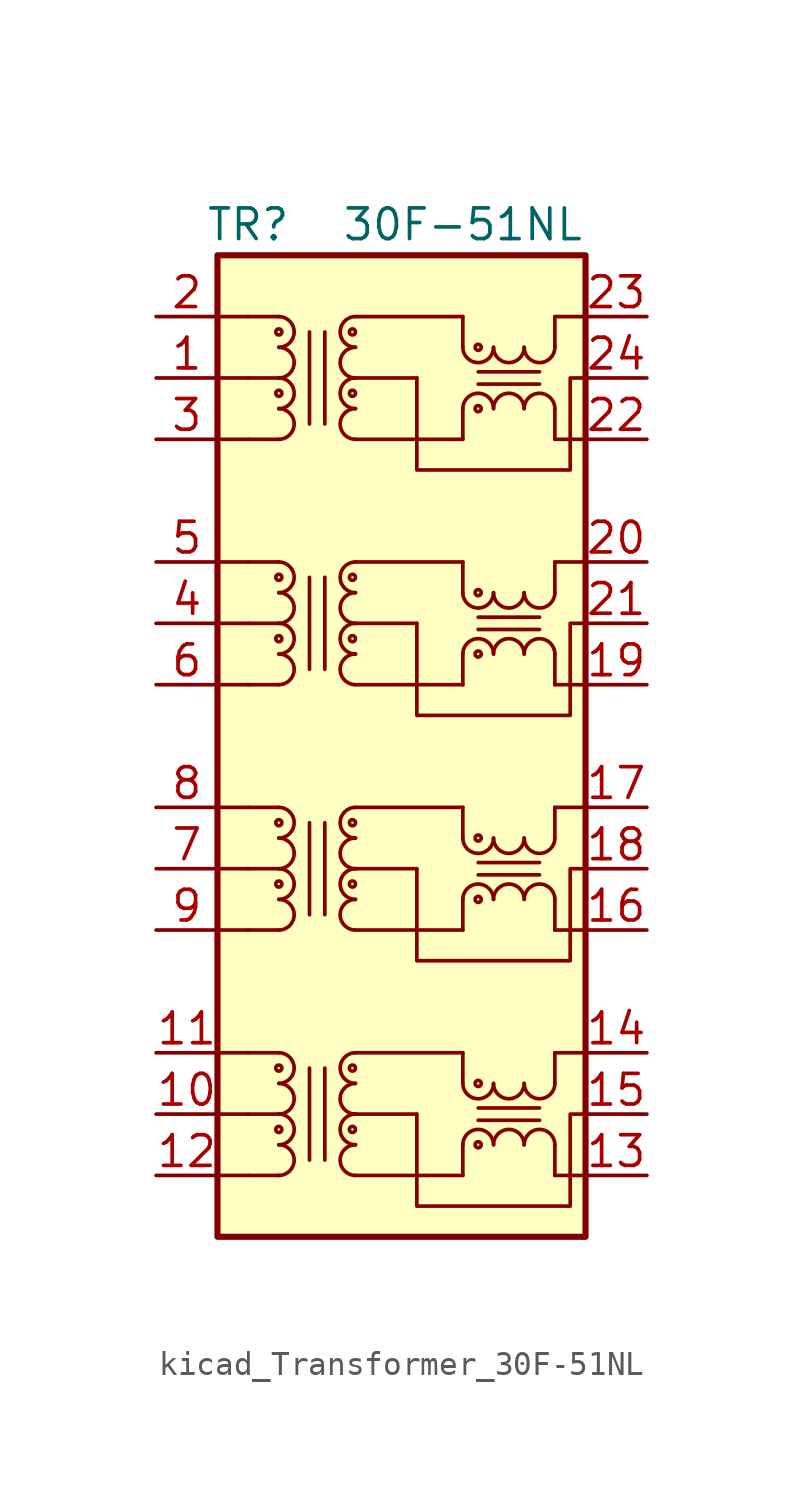
<source format=kicad_sym>
(kicad_symbol_lib
  (version 20220914)
  (generator kicad_symbol_editor)
  (symbol "kicad_Transformer_30F-51NL"
    (pin_names
      (offset 1.016) hide)
    (property "Reference" "TR"
      (at -6.35 21.59 0)
      (effects (font (size 1.27 1.27))))
    (property "Value" "30F-51NL"
      (at 2.54 21.59 0)
      (effects (font (size 1.27 1.27))))
    (symbol "kicad_Transformer_30F-51NL_0_1"
      (rectangle (start -7.62 20.32) (end 7.62 -20.32) (stroke (width 0.254) (type default)) (fill (type background)))
      (polyline (pts (xy 2.54 -16.51) (xy 2.54 -17.78)) (stroke (width 0) (type default)) (fill (type none)))
      (polyline (pts (xy 2.54 -12.7) (xy 2.54 -13.97)) (stroke (width 0) (type default)) (fill (type none)))
      (polyline (pts (xy 2.54 -6.35) (xy 2.54 -7.62)) (stroke (width 0) (type default)) (fill (type none)))
      (polyline (pts (xy 2.54 -2.54) (xy 2.54 -3.81)) (stroke (width 0) (type default)) (fill (type none)))
      (polyline (pts (xy 2.54 3.81) (xy 2.54 2.54)) (stroke (width 0) (type default)) (fill (type none)))
      (polyline (pts (xy 2.54 7.62) (xy 2.54 6.35)) (stroke (width 0) (type default)) (fill (type none)))
      (polyline (pts (xy 2.54 13.97) (xy 2.54 12.7)) (stroke (width 0) (type default)) (fill (type none)))
      (polyline (pts (xy 2.54 17.78) (xy 2.54 16.51)) (stroke (width 0) (type default)) (fill (type none)))
      (polyline (pts (xy 6.35 -17.78) (xy 6.35 -16.51)) (stroke (width 0) (type default)) (fill (type none)))
      (polyline (pts (xy 6.35 -13.97) (xy 6.35 -12.7)) (stroke (width 0) (type default)) (fill (type none)))
      (polyline (pts (xy 6.35 -7.62) (xy 6.35 -6.35)) (stroke (width 0) (type default)) (fill (type none)))
      (polyline (pts (xy 6.35 -3.81) (xy 6.35 -2.54)) (stroke (width 0) (type default)) (fill (type none)))
      (polyline (pts (xy 6.35 2.54) (xy 6.35 3.81)) (stroke (width 0) (type default)) (fill (type none)))
      (polyline (pts (xy 6.35 6.35) (xy 6.35 7.62)) (stroke (width 0) (type default)) (fill (type none)))
      (polyline (pts (xy 6.35 12.7) (xy 6.35 13.97)) (stroke (width 0) (type default)) (fill (type none)))
      (polyline (pts (xy 6.35 16.51) (xy 6.35 17.78)) (stroke (width 0) (type default)) (fill (type none)))
      (polyline (pts (xy 7.62 15.24) (xy 7.62 15.24)) (stroke (width 0) (type default)) (fill (type none)))
      (polyline (pts (xy 0.635 -15.24) (xy 0.635 -19.05) (xy 6.985 -19.05) (xy 6.985 -15.24) (xy 7.62 -15.24)) (stroke (width 0) (type default)) (fill (type none)))
      (polyline (pts (xy 0.635 -5.08) (xy 0.635 -8.89) (xy 6.985 -8.89) (xy 6.985 -5.08) (xy 7.62 -5.08)) (stroke (width 0) (type default)) (fill (type none)))
      (polyline (pts (xy 0.635 5.08) (xy 0.635 1.27) (xy 6.985 1.27) (xy 6.985 5.08) (xy 7.62 5.08)) (stroke (width 0) (type default)) (fill (type none)))
      (polyline (pts (xy 0.635 15.24) (xy 0.635 11.43) (xy 6.985 11.43) (xy 6.985 15.24) (xy 7.62 15.24)) (stroke (width 0) (type default)) (fill (type none)))
      (pin passive line (at -10.16 15.24 0) (length 2.54) (name "CT" (effects (font (size 1.27 1.27)))) (number "1" (effects (font (size 1.27 1.27)))))
      (pin passive line (at -10.16 -15.24 0) (length 2.54) (name "CT" (effects (font (size 1.27 1.27)))) (number "10" (effects (font (size 1.27 1.27)))))
      (pin passive line (at -10.16 -12.7 0) (length 2.54) (name "TD4+" (effects (font (size 1.27 1.27)))) (number "11" (effects (font (size 1.27 1.27)))))
      (pin passive line (at -10.16 -17.78 0) (length 2.54) (name "TD4-" (effects (font (size 1.27 1.27)))) (number "12" (effects (font (size 1.27 1.27)))))
      (pin passive line (at 10.16 -17.78 180) (length 2.54) (name "MX4-" (effects (font (size 1.27 1.27)))) (number "13" (effects (font (size 1.27 1.27)))))
      (pin passive line (at 10.16 -12.7 180) (length 2.54) (name "MX4+" (effects (font (size 1.27 1.27)))) (number "14" (effects (font (size 1.27 1.27)))))
      (pin passive line (at 10.16 -15.24 180) (length 2.54) (name "CT" (effects (font (size 1.27 1.27)))) (number "15" (effects (font (size 1.27 1.27)))))
      (pin passive line (at 10.16 -7.62 180) (length 2.54) (name "MX3-" (effects (font (size 1.27 1.27)))) (number "16" (effects (font (size 1.27 1.27)))))
      (pin passive line (at 10.16 -2.54 180) (length 2.54) (name "MX3+" (effects (font (size 1.27 1.27)))) (number "17" (effects (font (size 1.27 1.27)))))
      (pin passive line (at 10.16 -5.08 180) (length 2.54) (name "CT" (effects (font (size 1.27 1.27)))) (number "18" (effects (font (size 1.27 1.27)))))
      (pin passive line (at 10.16 2.54 180) (length 2.54) (name "MX2-" (effects (font (size 1.27 1.27)))) (number "19" (effects (font (size 1.27 1.27)))))
      (pin passive line (at -10.16 17.78 0) (length 2.54) (name "TD1+" (effects (font (size 1.27 1.27)))) (number "2" (effects (font (size 1.27 1.27)))))
      (pin passive line (at 10.16 7.62 180) (length 2.54) (name "MX2+" (effects (font (size 1.27 1.27)))) (number "20" (effects (font (size 1.27 1.27)))))
      (pin passive line (at 10.16 5.08 180) (length 2.54) (name "CT" (effects (font (size 1.27 1.27)))) (number "21" (effects (font (size 1.27 1.27)))))
      (pin passive line (at 10.16 12.7 180) (length 2.54) (name "MX1-" (effects (font (size 1.27 1.27)))) (number "22" (effects (font (size 1.27 1.27)))))
      (pin passive line (at 10.16 17.78 180) (length 2.54) (name "MX1+" (effects (font (size 1.27 1.27)))) (number "23" (effects (font (size 1.27 1.27)))))
      (pin passive line (at 10.16 15.24 180) (length 2.54) (name "CT" (effects (font (size 1.27 1.27)))) (number "24" (effects (font (size 1.27 1.27)))))
      (pin passive line (at -10.16 12.7 0) (length 2.54) (name "TD1-" (effects (font (size 1.27 1.27)))) (number "3" (effects (font (size 1.27 1.27)))))
      (pin passive line (at -10.16 5.08 0) (length 2.54) (name "CT" (effects (font (size 1.27 1.27)))) (number "4" (effects (font (size 1.27 1.27)))))
      (pin passive line (at -10.16 7.62 0) (length 2.54) (name "TD2+" (effects (font (size 1.27 1.27)))) (number "5" (effects (font (size 1.27 1.27)))))
      (pin passive line (at -10.16 2.54 0) (length 2.54) (name "TD2-" (effects (font (size 1.27 1.27)))) (number "6" (effects (font (size 1.27 1.27)))))
      (pin passive line (at -10.16 -5.08 0) (length 2.54) (name "CT" (effects (font (size 1.27 1.27)))) (number "7" (effects (font (size 1.27 1.27)))))
      (pin passive line (at -10.16 -2.54 0) (length 2.54) (name "TD3+" (effects (font (size 1.27 1.27)))) (number "8" (effects (font (size 1.27 1.27)))))
      (pin passive line (at -10.16 -7.62 0) (length 2.54) (name "TD3-" (effects (font (size 1.27 1.27)))) (number "9" (effects (font (size 1.27 1.27))))))
    (symbol "kicad_Transformer_30F-51NL_1_1"
      (arc (start -5.08 -17.78) (mid -4.4477 -17.145) (end -5.08 -16.51) (stroke (width 0) (type default)) (fill (type none)))
      (arc (start -5.08 -16.51) (mid -4.4477 -15.875) (end -5.08 -15.24) (stroke (width 0) (type default)) (fill (type none)))
      (circle (center -5.08 -15.875) (radius 0.127) (stroke (width 0) (type default)) (fill (type none)))
      (arc (start -5.08 -15.24) (mid -4.4477 -14.605) (end -5.08 -13.97) (stroke (width 0) (type default)) (fill (type none)))
      (arc (start -5.08 -13.97) (mid -4.4477 -13.335) (end -5.08 -12.7) (stroke (width 0) (type default)) (fill (type none)))
      (circle (center -5.08 -13.335) (radius 0.127) (stroke (width 0) (type default)) (fill (type none)))
      (arc (start -5.08 -7.62) (mid -4.4477 -6.985) (end -5.08 -6.35) (stroke (width 0) (type default)) (fill (type none)))
      (arc (start -5.08 -6.35) (mid -4.4477 -5.715) (end -5.08 -5.08) (stroke (width 0) (type default)) (fill (type none)))
      (circle (center -5.08 -5.715) (radius 0.127) (stroke (width 0) (type default)) (fill (type none)))
      (arc (start -5.08 -5.08) (mid -4.4477 -4.445) (end -5.08 -3.81) (stroke (width 0) (type default)) (fill (type none)))
      (arc (start -5.08 -3.81) (mid -4.4477 -3.175) (end -5.08 -2.54) (stroke (width 0) (type default)) (fill (type none)))
      (circle (center -5.08 -3.175) (radius 0.127) (stroke (width 0) (type default)) (fill (type none)))
      (arc (start -5.08 2.54) (mid -4.4477 3.175) (end -5.08 3.81) (stroke (width 0) (type default)) (fill (type none)))
      (arc (start -5.08 3.81) (mid -4.4477 4.445) (end -5.08 5.08) (stroke (width 0) (type default)) (fill (type none)))
      (circle (center -5.08 4.445) (radius 0.127) (stroke (width 0) (type default)) (fill (type none)))
      (arc (start -5.08 5.08) (mid -4.4477 5.715) (end -5.08 6.35) (stroke (width 0) (type default)) (fill (type none)))
      (arc (start -5.08 6.35) (mid -4.4477 6.985) (end -5.08 7.62) (stroke (width 0) (type default)) (fill (type none)))
      (circle (center -5.08 6.985) (radius 0.127) (stroke (width 0) (type default)) (fill (type none)))
      (arc (start -5.08 12.7) (mid -4.4477 13.335) (end -5.08 13.97) (stroke (width 0) (type default)) (fill (type none)))
      (arc (start -5.08 13.97) (mid -4.4477 14.605) (end -5.08 15.24) (stroke (width 0) (type default)) (fill (type none)))
      (circle (center -5.08 14.605) (radius 0.127) (stroke (width 0) (type default)) (fill (type none)))
      (arc (start -5.08 15.24) (mid -4.4477 15.875) (end -5.08 16.51) (stroke (width 0) (type default)) (fill (type none)))
      (arc (start -5.08 16.51) (mid -4.4477 17.145) (end -5.08 17.78) (stroke (width 0) (type default)) (fill (type none)))
      (circle (center -5.08 17.145) (radius 0.127) (stroke (width 0) (type default)) (fill (type none)))
      (circle (center -2.032 -15.875) (radius 0.127) (stroke (width 0) (type default)) (fill (type none)))
      (circle (center -2.032 -13.335) (radius 0.127) (stroke (width 0) (type default)) (fill (type none)))
      (circle (center -2.032 -5.715) (radius 0.127) (stroke (width 0) (type default)) (fill (type none)))
      (circle (center -2.032 -3.175) (radius 0.127) (stroke (width 0) (type default)) (fill (type none)))
      (circle (center -2.032 4.445) (radius 0.127) (stroke (width 0) (type default)) (fill (type none)))
      (circle (center -2.032 6.985) (radius 0.127) (stroke (width 0) (type default)) (fill (type none)))
      (circle (center -2.032 14.605) (radius 0.127) (stroke (width 0) (type default)) (fill (type none)))
      (circle (center -2.032 17.145) (radius 0.127) (stroke (width 0) (type default)) (fill (type none)))
      (arc (start -1.905 -16.51) (mid -2.5373 -17.145) (end -1.905 -17.78) (stroke (width 0) (type default)) (fill (type none)))
      (arc (start -1.905 -15.24) (mid -2.5373 -15.875) (end -1.905 -16.51) (stroke (width 0) (type default)) (fill (type none)))
      (arc (start -1.905 -13.97) (mid -2.5373 -14.605) (end -1.905 -15.24) (stroke (width 0) (type default)) (fill (type none)))
      (arc (start -1.905 -12.7) (mid -2.5373 -13.335) (end -1.905 -13.97) (stroke (width 0) (type default)) (fill (type none)))
      (arc (start -1.905 -6.35) (mid -2.5373 -6.985) (end -1.905 -7.62) (stroke (width 0) (type default)) (fill (type none)))
      (arc (start -1.905 -5.08) (mid -2.5373 -5.715) (end -1.905 -6.35) (stroke (width 0) (type default)) (fill (type none)))
      (arc (start -1.905 -3.81) (mid -2.5373 -4.445) (end -1.905 -5.08) (stroke (width 0) (type default)) (fill (type none)))
      (arc (start -1.905 -2.54) (mid -2.5373 -3.175) (end -1.905 -3.81) (stroke (width 0) (type default)) (fill (type none)))
      (arc (start -1.905 3.81) (mid -2.5373 3.175) (end -1.905 2.54) (stroke (width 0) (type default)) (fill (type none)))
      (arc (start -1.905 5.08) (mid -2.5373 4.445) (end -1.905 3.81) (stroke (width 0) (type default)) (fill (type none)))
      (arc (start -1.905 6.35) (mid -2.5373 5.715) (end -1.905 5.08) (stroke (width 0) (type default)) (fill (type none)))
      (arc (start -1.905 7.62) (mid -2.5373 6.985) (end -1.905 6.35) (stroke (width 0) (type default)) (fill (type none)))
      (arc (start -1.905 13.97) (mid -2.5373 13.335) (end -1.905 12.7) (stroke (width 0) (type default)) (fill (type none)))
      (arc (start -1.905 15.24) (mid -2.5373 14.605) (end -1.905 13.97) (stroke (width 0) (type default)) (fill (type none)))
      (arc (start -1.905 16.51) (mid -2.5373 15.875) (end -1.905 15.24) (stroke (width 0) (type default)) (fill (type none)))
      (arc (start -1.905 17.78) (mid -2.5373 17.145) (end -1.905 16.51) (stroke (width 0) (type default)) (fill (type none)))
      (polyline (pts (xy -7.62 -17.78) (xy -6.35 -17.78)) (stroke (width 0) (type default)) (fill (type none)))
      (polyline (pts (xy -7.62 -15.24) (xy -6.35 -15.24)) (stroke (width 0) (type default)) (fill (type none)))
      (polyline (pts (xy -7.62 -12.7) (xy -6.35 -12.7)) (stroke (width 0) (type default)) (fill (type none)))
      (polyline (pts (xy -7.62 -7.62) (xy -6.35 -7.62)) (stroke (width 0) (type default)) (fill (type none)))
      (polyline (pts (xy -7.62 -5.08) (xy -6.35 -5.08)) (stroke (width 0) (type default)) (fill (type none)))
      (polyline (pts (xy -7.62 -2.54) (xy -6.35 -2.54)) (stroke (width 0) (type default)) (fill (type none)))
      (polyline (pts (xy -7.62 2.54) (xy -6.35 2.54)) (stroke (width 0) (type default)) (fill (type none)))
      (polyline (pts (xy -7.62 5.08) (xy -6.35 5.08)) (stroke (width 0) (type default)) (fill (type none)))
      (polyline (pts (xy -7.62 7.62) (xy -6.35 7.62)) (stroke (width 0) (type default)) (fill (type none)))
      (polyline (pts (xy -7.62 12.7) (xy -6.35 12.7)) (stroke (width 0) (type default)) (fill (type none)))
      (polyline (pts (xy -7.62 15.24) (xy -6.35 15.24)) (stroke (width 0) (type default)) (fill (type none)))
      (polyline (pts (xy -7.62 17.78) (xy -6.35 17.78)) (stroke (width 0) (type default)) (fill (type none)))
      (polyline (pts (xy -6.35 -17.78) (xy -5.08 -17.78)) (stroke (width 0) (type default)) (fill (type none)))
      (polyline (pts (xy -6.35 -15.24) (xy -5.08 -15.24)) (stroke (width 0) (type default)) (fill (type none)))
      (polyline (pts (xy -6.35 -12.7) (xy -5.08 -12.7)) (stroke (width 0) (type default)) (fill (type none)))
      (polyline (pts (xy -6.35 -7.62) (xy -5.08 -7.62)) (stroke (width 0) (type default)) (fill (type none)))
      (polyline (pts (xy -6.35 -5.08) (xy -5.08 -5.08)) (stroke (width 0) (type default)) (fill (type none)))
      (polyline (pts (xy -6.35 -2.54) (xy -5.08 -2.54)) (stroke (width 0) (type default)) (fill (type none)))
      (polyline (pts (xy -6.35 2.54) (xy -5.08 2.54)) (stroke (width 0) (type default)) (fill (type none)))
      (polyline (pts (xy -6.35 5.08) (xy -5.08 5.08)) (stroke (width 0) (type default)) (fill (type none)))
      (polyline (pts (xy -6.35 7.62) (xy -5.08 7.62)) (stroke (width 0) (type default)) (fill (type none)))
      (polyline (pts (xy -6.35 12.7) (xy -5.08 12.7)) (stroke (width 0) (type default)) (fill (type none)))
      (polyline (pts (xy -6.35 15.24) (xy -5.08 15.24)) (stroke (width 0) (type default)) (fill (type none)))
      (polyline (pts (xy -6.35 17.78) (xy -5.08 17.78)) (stroke (width 0) (type default)) (fill (type none)))
      (polyline (pts (xy -3.81 -17.145) (xy -3.81 -13.335)) (stroke (width 0) (type default)) (fill (type none)))
      (polyline (pts (xy -3.81 -6.985) (xy -3.81 -3.175)) (stroke (width 0) (type default)) (fill (type none)))
      (polyline (pts (xy -3.81 3.175) (xy -3.81 6.985)) (stroke (width 0) (type default)) (fill (type none)))
      (polyline (pts (xy -3.81 13.335) (xy -3.81 17.145)) (stroke (width 0) (type default)) (fill (type none)))
      (polyline (pts (xy -3.175 -17.145) (xy -3.175 -13.335)) (stroke (width 0) (type default)) (fill (type none)))
      (polyline (pts (xy -3.175 -6.985) (xy -3.175 -3.175)) (stroke (width 0) (type default)) (fill (type none)))
      (polyline (pts (xy -3.175 3.175) (xy -3.175 6.985)) (stroke (width 0) (type default)) (fill (type none)))
      (polyline (pts (xy -3.175 13.335) (xy -3.175 17.145)) (stroke (width 0) (type default)) (fill (type none)))
      (polyline (pts (xy 0.635 -15.24) (xy -1.905 -15.24)) (stroke (width 0) (type default)) (fill (type none)))
      (polyline (pts (xy 0.635 -5.08) (xy -1.905 -5.08)) (stroke (width 0) (type default)) (fill (type none)))
      (polyline (pts (xy 0.635 5.08) (xy -1.905 5.08)) (stroke (width 0) (type default)) (fill (type none)))
      (polyline (pts (xy 0.635 15.24) (xy -1.905 15.24)) (stroke (width 0) (type default)) (fill (type none)))
      (polyline (pts (xy 2.54 -17.78) (xy -1.905 -17.78)) (stroke (width 0) (type default)) (fill (type none)))
      (polyline (pts (xy 2.54 -12.7) (xy -1.905 -12.7)) (stroke (width 0) (type default)) (fill (type none)))
      (polyline (pts (xy 2.54 -7.62) (xy -1.905 -7.62)) (stroke (width 0) (type default)) (fill (type none)))
      (polyline (pts (xy 2.54 -2.54) (xy -1.905 -2.54)) (stroke (width 0) (type default)) (fill (type none)))
      (polyline (pts (xy 2.54 2.54) (xy -1.905 2.54)) (stroke (width 0) (type default)) (fill (type none)))
      (polyline (pts (xy 2.54 7.62) (xy -1.905 7.62)) (stroke (width 0) (type default)) (fill (type none)))
      (polyline (pts (xy 2.54 12.7) (xy -1.905 12.7)) (stroke (width 0) (type default)) (fill (type none)))
      (polyline (pts (xy 2.54 17.78) (xy -1.905 17.78)) (stroke (width 0) (type default)) (fill (type none)))
      (polyline (pts (xy 5.715 -15.494) (xy 3.175 -15.494)) (stroke (width 0) (type default)) (fill (type none)))
      (polyline (pts (xy 5.715 -14.986) (xy 3.175 -14.986)) (stroke (width 0) (type default)) (fill (type none)))
      (polyline (pts (xy 5.715 -5.334) (xy 3.175 -5.334)) (stroke (width 0) (type default)) (fill (type none)))
      (polyline (pts (xy 5.715 -4.826) (xy 3.175 -4.826)) (stroke (width 0) (type default)) (fill (type none)))
      (polyline (pts (xy 5.715 4.826) (xy 3.175 4.826)) (stroke (width 0) (type default)) (fill (type none)))
      (polyline (pts (xy 5.715 5.334) (xy 3.175 5.334)) (stroke (width 0) (type default)) (fill (type none)))
      (polyline (pts (xy 5.715 14.986) (xy 3.175 14.986)) (stroke (width 0) (type default)) (fill (type none)))
      (polyline (pts (xy 5.715 15.494) (xy 3.175 15.494)) (stroke (width 0) (type default)) (fill (type none)))
      (polyline (pts (xy 7.62 -17.78) (xy 6.35 -17.78)) (stroke (width 0) (type default)) (fill (type none)))
      (polyline (pts (xy 7.62 -12.7) (xy 6.35 -12.7)) (stroke (width 0) (type default)) (fill (type none)))
      (polyline (pts (xy 7.62 -7.62) (xy 6.35 -7.62)) (stroke (width 0) (type default)) (fill (type none)))
      (polyline (pts (xy 7.62 -2.54) (xy 6.35 -2.54)) (stroke (width 0) (type default)) (fill (type none)))
      (polyline (pts (xy 7.62 2.54) (xy 6.35 2.54)) (stroke (width 0) (type default)) (fill (type none)))
      (polyline (pts (xy 7.62 7.62) (xy 6.35 7.62)) (stroke (width 0) (type default)) (fill (type none)))
      (polyline (pts (xy 7.62 12.7) (xy 6.35 12.7)) (stroke (width 0) (type default)) (fill (type none)))
      (polyline (pts (xy 7.62 17.78) (xy 6.35 17.78)) (stroke (width 0) (type default)) (fill (type none)))
      (arc (start 2.54 -13.97) (mid 3.175 -14.6023) (end 3.81 -13.97) (stroke (width 0) (type default)) (fill (type none)))
      (arc (start 2.54 -3.81) (mid 3.175 -4.4423) (end 3.81 -3.81) (stroke (width 0) (type default)) (fill (type none)))
      (arc (start 2.54 6.35) (mid 3.175 5.7177) (end 3.81 6.35) (stroke (width 0) (type default)) (fill (type none)))
      (arc (start 2.54 16.51) (mid 3.175 15.8777) (end 3.81 16.51) (stroke (width 0) (type default)) (fill (type none)))
      (circle (center 3.175 -16.51) (radius 0.127) (stroke (width 0) (type default)) (fill (type none)))
      (circle (center 3.175 -13.97) (radius 0.127) (stroke (width 0) (type default)) (fill (type none)))
      (circle (center 3.175 -6.35) (radius 0.127) (stroke (width 0) (type default)) (fill (type none)))
      (circle (center 3.175 -3.81) (radius 0.127) (stroke (width 0) (type default)) (fill (type none)))
      (circle (center 3.175 3.81) (radius 0.127) (stroke (width 0) (type default)) (fill (type none)))
      (circle (center 3.175 6.35) (radius 0.127) (stroke (width 0) (type default)) (fill (type none)))
      (circle (center 3.175 13.97) (radius 0.127) (stroke (width 0) (type default)) (fill (type none)))
      (circle (center 3.175 16.51) (radius 0.127) (stroke (width 0) (type default)) (fill (type none)))
      (arc (start 3.81 -16.51) (mid 3.175 -15.8777) (end 2.54 -16.51) (stroke (width 0) (type default)) (fill (type none)))
      (arc (start 3.81 -13.97) (mid 4.445 -14.6023) (end 5.08 -13.97) (stroke (width 0) (type default)) (fill (type none)))
      (arc (start 3.81 -6.35) (mid 3.175 -5.7177) (end 2.54 -6.35) (stroke (width 0) (type default)) (fill (type none)))
      (arc (start 3.81 -3.81) (mid 4.445 -4.4423) (end 5.08 -3.81) (stroke (width 0) (type default)) (fill (type none)))
      (arc (start 3.81 3.81) (mid 3.175 4.4423) (end 2.54 3.81) (stroke (width 0) (type default)) (fill (type none)))
      (arc (start 3.81 6.35) (mid 4.445 5.7177) (end 5.08 6.35) (stroke (width 0) (type default)) (fill (type none)))
      (arc (start 3.81 13.97) (mid 3.175 14.6023) (end 2.54 13.97) (stroke (width 0) (type default)) (fill (type none)))
      (arc (start 3.81 16.51) (mid 4.445 15.8777) (end 5.08 16.51) (stroke (width 0) (type default)) (fill (type none)))
      (arc (start 5.08 -16.51) (mid 4.445 -15.8777) (end 3.81 -16.51) (stroke (width 0) (type default)) (fill (type none)))
      (arc (start 5.08 -13.97) (mid 5.715 -14.6023) (end 6.35 -13.97) (stroke (width 0) (type default)) (fill (type none)))
      (arc (start 5.08 -6.35) (mid 4.445 -5.7177) (end 3.81 -6.35) (stroke (width 0) (type default)) (fill (type none)))
      (arc (start 5.08 -3.81) (mid 5.715 -4.4423) (end 6.35 -3.81) (stroke (width 0) (type default)) (fill (type none)))
      (arc (start 5.08 3.81) (mid 4.445 4.4423) (end 3.81 3.81) (stroke (width 0) (type default)) (fill (type none)))
      (arc (start 5.08 6.35) (mid 5.715 5.7177) (end 6.35 6.35) (stroke (width 0) (type default)) (fill (type none)))
      (arc (start 5.08 13.97) (mid 4.445 14.6023) (end 3.81 13.97) (stroke (width 0) (type default)) (fill (type none)))
      (arc (start 5.08 16.51) (mid 5.715 15.8777) (end 6.35 16.51) (stroke (width 0) (type default)) (fill (type none)))
      (arc (start 6.35 -16.51) (mid 5.715 -15.8777) (end 5.08 -16.51) (stroke (width 0) (type default)) (fill (type none)))
      (arc (start 6.35 -6.35) (mid 5.715 -5.7177) (end 5.08 -6.35) (stroke (width 0) (type default)) (fill (type none)))
      (arc (start 6.35 3.81) (mid 5.715 4.4423) (end 5.08 3.81) (stroke (width 0) (type default)) (fill (type none)))
      (arc (start 6.35 13.97) (mid 5.715 14.6023) (end 5.08 13.97) (stroke (width 0) (type default)) (fill (type none))))))
</source>
